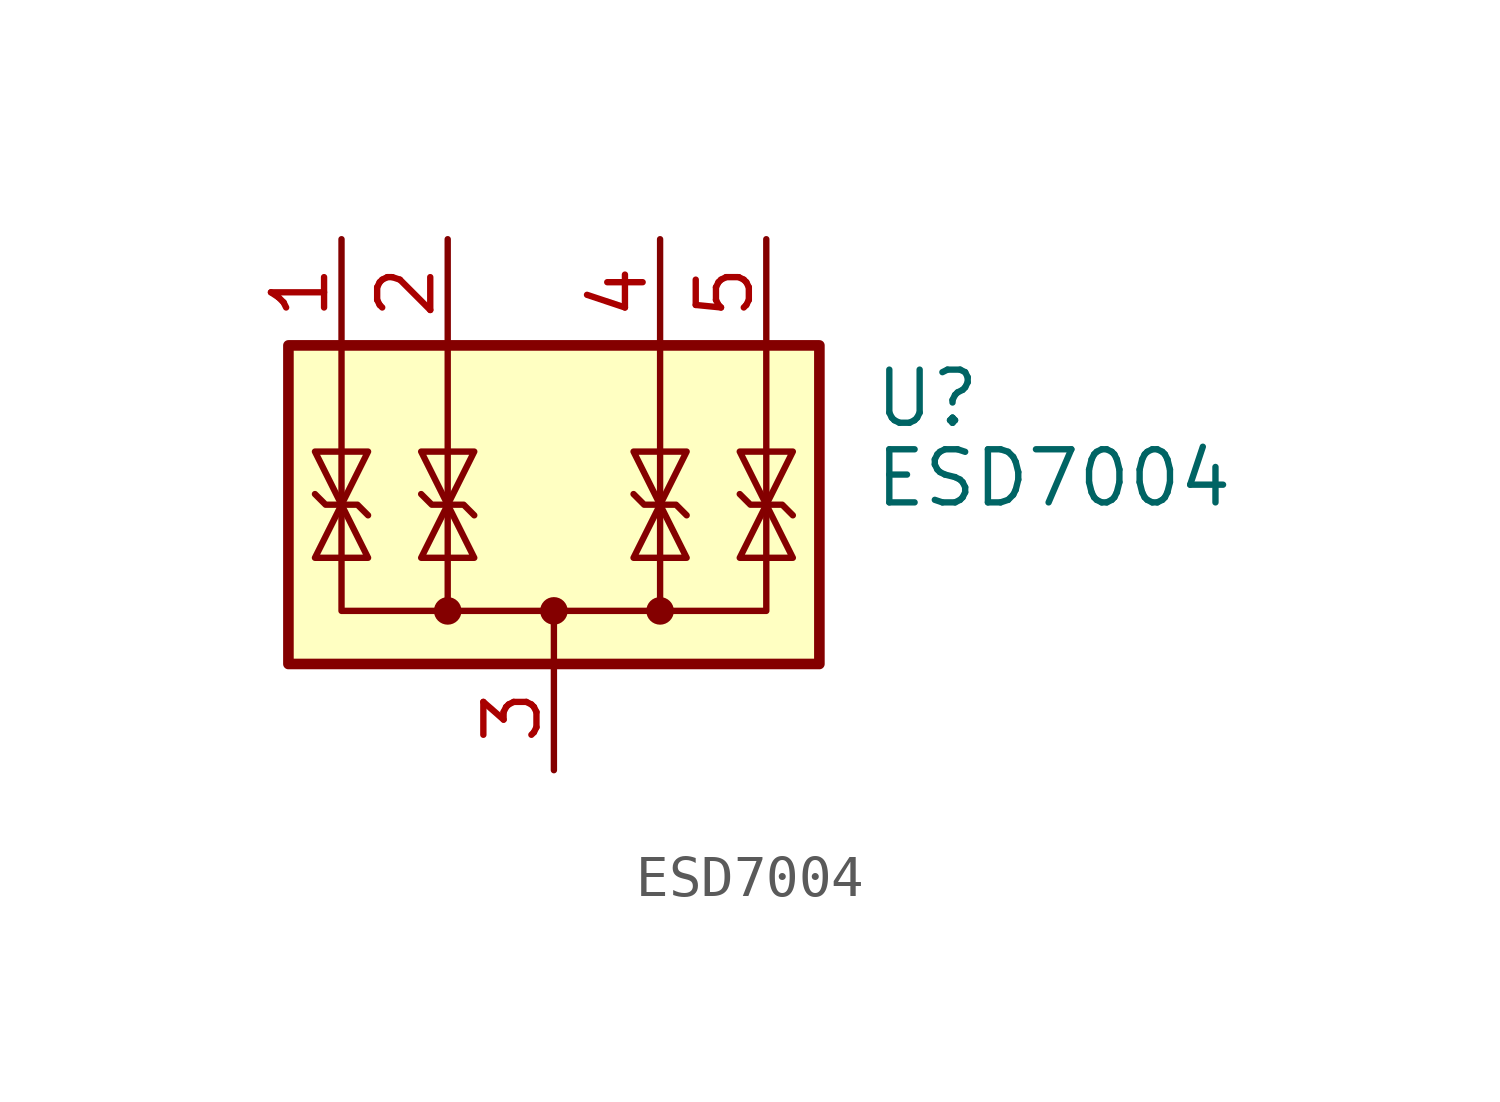
<source format=kicad_sym>
(kicad_symbol_lib
  (version 20201005)
  (generator kicad_symbol_editor)
  (symbol "j_Power_Protection:ESD7004"
    (pin_names hide)
    (property "Reference" "U"
      (at 7.62 3.81 0)
      (effects (font (size 1.27 1.27)) (justify left)))
    (property "Value" "ESD7004"
      (at 7.62 1.905 0)
      (effects (font (size 1.27 1.27)) (justify left)))
    (symbol "ESD7004_0_0"
      (pin passive line (at 0 -5.08 90) (length 2.54) (name "G" (effects (font (size 1.27 1.27)))) (number "3" (effects (font (size 1.27 1.27))))))
    (symbol "ESD7004_0_1"
      (circle (center 0 -1.27) (radius 0.254) (stroke (width 0)) (fill (type outline)))
      (circle (center 2.54 -1.27) (radius 0.254) (stroke (width 0)) (fill (type outline)))
      (rectangle (start -6.35 5.08) (end 6.35 -2.54) (stroke (width 0.254)) (fill (type background)))
      (polyline (pts (xy -2.54 5.08) (xy -2.54 -1.27)) (stroke (width 0)) (fill (type none)))
      (polyline (pts (xy 0 -1.27) (xy 0 -2.54)) (stroke (width 0)) (fill (type none)))
      (polyline (pts (xy 2.54 5.08) (xy 2.54 -1.27)) (stroke (width 0)) (fill (type none)))
      (polyline (pts (xy -5.08 5.08) (xy -5.08 -1.27) (xy 5.08 -1.27) (xy 5.08 5.08)) (stroke (width 0)) (fill (type none)))
      (polyline (pts (xy -4.445 0) (xy -5.715 0) (xy -5.08 1.27) (xy -4.445 0)) (stroke (width 0)) (fill (type none)))
      (polyline (pts (xy -3.175 1.524) (xy -2.921 1.27) (xy -2.159 1.27) (xy -1.905 1.016)) (stroke (width 0)) (fill (type none)))
      (polyline (pts (xy -2.54 1.27) (xy -1.905 0) (xy -3.175 0) (xy -2.54 1.27)) (stroke (width 0)) (fill (type none)))
      (polyline (pts (xy 2.54 1.27) (xy 1.905 0) (xy 3.175 0) (xy 2.54 1.27)) (stroke (width 0)) (fill (type none)))
      (polyline (pts (xy 5.08 1.27) (xy 4.445 0) (xy 5.715 0) (xy 5.08 1.27)) (stroke (width 0)) (fill (type none))))
    (symbol "ESD7004_1_1"
      (circle (center -2.54 -1.27) (radius 0.254) (stroke (width 0)) (fill (type outline)))
      (polyline (pts (xy -5.715 1.524) (xy -5.461 1.27) (xy -4.699 1.27) (xy -4.445 1.016)) (stroke (width 0)) (fill (type none)))
      (polyline (pts (xy -5.08 1.27) (xy -5.715 2.54) (xy -4.445 2.54) (xy -5.08 1.27)) (stroke (width 0)) (fill (type none)))
      (polyline (pts (xy -2.54 1.27) (xy -3.175 2.54) (xy -1.905 2.54) (xy -2.54 1.27)) (stroke (width 0)) (fill (type none)))
      (polyline (pts (xy 1.905 1.524) (xy 2.159 1.27) (xy 2.921 1.27) (xy 3.175 1.016)) (stroke (width 0)) (fill (type none)))
      (polyline (pts (xy 2.54 1.27) (xy 1.905 2.54) (xy 3.175 2.54) (xy 2.54 1.27)) (stroke (width 0)) (fill (type none)))
      (polyline (pts (xy 4.445 1.524) (xy 4.699 1.27) (xy 5.461 1.27) (xy 5.715 1.016)) (stroke (width 0)) (fill (type none)))
      (polyline (pts (xy 5.08 1.27) (xy 4.445 2.54) (xy 5.715 2.54) (xy 5.08 1.27)) (stroke (width 0)) (fill (type none)))
      (pin passive line (at -5.08 7.62 270) (length 2.54) (name "IO1" (effects (font (size 1.27 1.27)))) (number "1" (effects (font (size 1.27 1.27)))))
      (pin passive line (at -2.54 7.62 270) (length 2.54) (name "IO2" (effects (font (size 1.27 1.27)))) (number "2" (effects (font (size 1.27 1.27)))))
      (pin passive line (at 2.54 7.62 270) (length 2.54) (name "IO3" (effects (font (size 1.27 1.27)))) (number "4" (effects (font (size 1.27 1.27)))))
      (pin passive line (at 5.08 7.62 270) (length 2.54) (name "IO4" (effects (font (size 1.27 1.27)))) (number "5" (effects (font (size 1.27 1.27))))))))
</source>
